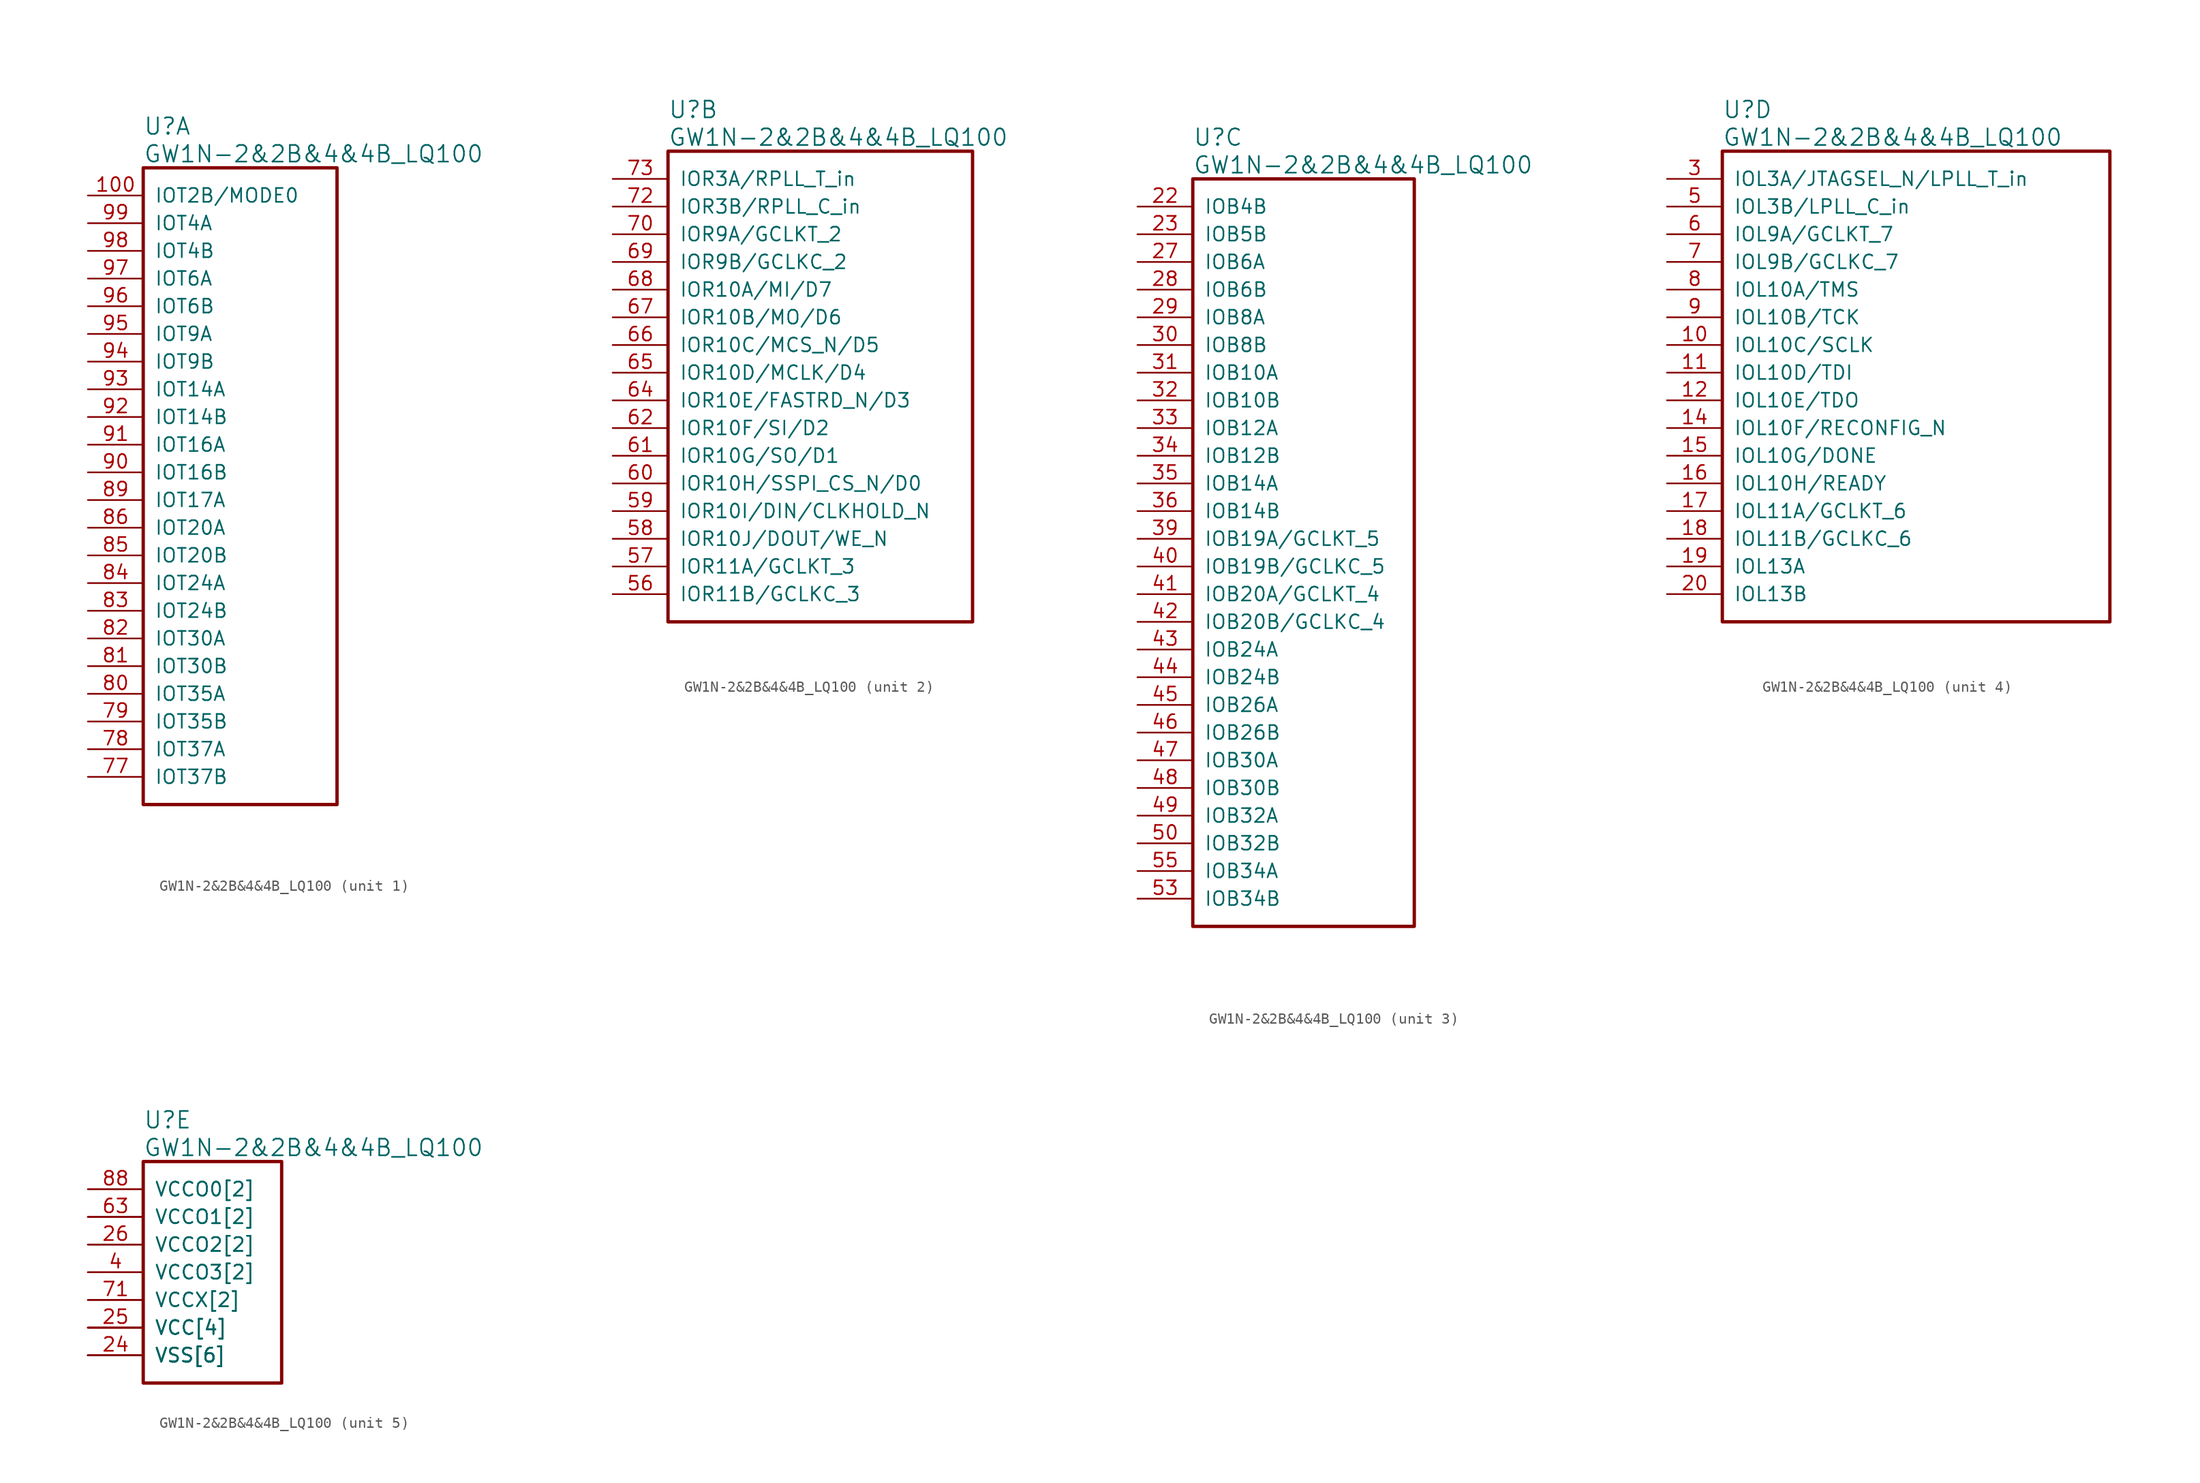
<source format=kicad_sym>
(kicad_symbol_lib
  (version 20241209)
  (generator "kicad_symbol_editor")
  (generator_version "9.0")
  (symbol "GW1N-2&2B&4&4B_LQ100"
    (pin_names
      (offset 1.016))
    (property "Reference" "U"
      (at 5.08 6.35 0)
      (effects (font (size 1.524 1.524)) (justify left)))
    (property "Value" "GW1N-2&2B&4&4B_LQ100"
      (at 5.08 3.81 0)
      (effects (font (size 1.524 1.524)) (justify left)))
    (property "ki_locked" ""
      (at 0 0 0)
      (effects (font (size 1.27 1.27))))
    (symbol "GW1N-2&2B&4&4B_LQ100_1_1"
      (rectangle (start 5.08 2.54) (end 22.86 -55.88) (stroke (width 0.305) (type solid)) (fill (type none)))
      (pin bidirectional line (at 0 0 0) (length 5.08) (name "IOT2B/MODE0" (effects (font (size 1.27 1.27)))) (number "100" (effects (font (size 1.27 1.27)))))
      (pin bidirectional line (at 0 -2.54 0) (length 5.08) (name "IOT4A" (effects (font (size 1.27 1.27)))) (number "99" (effects (font (size 1.27 1.27)))))
      (pin bidirectional line (at 0 -5.08 0) (length 5.08) (name "IOT4B" (effects (font (size 1.27 1.27)))) (number "98" (effects (font (size 1.27 1.27)))))
      (pin bidirectional line (at 0 -7.62 0) (length 5.08) (name "IOT6A" (effects (font (size 1.27 1.27)))) (number "97" (effects (font (size 1.27 1.27)))))
      (pin bidirectional line (at 0 -10.16 0) (length 5.08) (name "IOT6B" (effects (font (size 1.27 1.27)))) (number "96" (effects (font (size 1.27 1.27)))))
      (pin bidirectional line (at 0 -12.7 0) (length 5.08) (name "IOT9A" (effects (font (size 1.27 1.27)))) (number "95" (effects (font (size 1.27 1.27)))))
      (pin bidirectional line (at 0 -15.24 0) (length 5.08) (name "IOT9B" (effects (font (size 1.27 1.27)))) (number "94" (effects (font (size 1.27 1.27)))))
      (pin bidirectional line (at 0 -17.78 0) (length 5.08) (name "IOT14A" (effects (font (size 1.27 1.27)))) (number "93" (effects (font (size 1.27 1.27)))))
      (pin bidirectional line (at 0 -20.32 0) (length 5.08) (name "IOT14B" (effects (font (size 1.27 1.27)))) (number "92" (effects (font (size 1.27 1.27)))))
      (pin bidirectional line (at 0 -22.86 0) (length 5.08) (name "IOT16A" (effects (font (size 1.27 1.27)))) (number "91" (effects (font (size 1.27 1.27)))))
      (pin bidirectional line (at 0 -25.4 0) (length 5.08) (name "IOT16B" (effects (font (size 1.27 1.27)))) (number "90" (effects (font (size 1.27 1.27)))))
      (pin bidirectional line (at 0 -27.94 0) (length 5.08) (name "IOT17A" (effects (font (size 1.27 1.27)))) (number "89" (effects (font (size 1.27 1.27)))))
      (pin bidirectional line (at 0 -30.48 0) (length 5.08) (name "IOT20A" (effects (font (size 1.27 1.27)))) (number "86" (effects (font (size 1.27 1.27)))))
      (pin bidirectional line (at 0 -33.02 0) (length 5.08) (name "IOT20B" (effects (font (size 1.27 1.27)))) (number "85" (effects (font (size 1.27 1.27)))))
      (pin bidirectional line (at 0 -35.56 0) (length 5.08) (name "IOT24A" (effects (font (size 1.27 1.27)))) (number "84" (effects (font (size 1.27 1.27)))))
      (pin bidirectional line (at 0 -38.1 0) (length 5.08) (name "IOT24B" (effects (font (size 1.27 1.27)))) (number "83" (effects (font (size 1.27 1.27)))))
      (pin bidirectional line (at 0 -40.64 0) (length 5.08) (name "IOT30A" (effects (font (size 1.27 1.27)))) (number "82" (effects (font (size 1.27 1.27)))))
      (pin bidirectional line (at 0 -43.18 0) (length 5.08) (name "IOT30B" (effects (font (size 1.27 1.27)))) (number "81" (effects (font (size 1.27 1.27)))))
      (pin bidirectional line (at 0 -45.72 0) (length 5.08) (name "IOT35A" (effects (font (size 1.27 1.27)))) (number "80" (effects (font (size 1.27 1.27)))))
      (pin bidirectional line (at 0 -48.26 0) (length 5.08) (name "IOT35B" (effects (font (size 1.27 1.27)))) (number "79" (effects (font (size 1.27 1.27)))))
      (pin bidirectional line (at 0 -50.8 0) (length 5.08) (name "IOT37A" (effects (font (size 1.27 1.27)))) (number "78" (effects (font (size 1.27 1.27)))))
      (pin bidirectional line (at 0 -53.34 0) (length 5.08) (name "IOT37B" (effects (font (size 1.27 1.27)))) (number "77" (effects (font (size 1.27 1.27))))))
    (symbol "GW1N-2&2B&4&4B_LQ100_2_1"
      (rectangle (start 5.08 2.54) (end 33.02 -40.64) (stroke (width 0.305) (type solid)) (fill (type none)))
      (pin bidirectional line (at 0 0 0) (length 5.08) (name "IOR3A/RPLL_T_in" (effects (font (size 1.27 1.27)))) (number "73" (effects (font (size 1.27 1.27)))))
      (pin bidirectional line (at 0 -2.54 0) (length 5.08) (name "IOR3B/RPLL_C_in" (effects (font (size 1.27 1.27)))) (number "72" (effects (font (size 1.27 1.27)))))
      (pin bidirectional line (at 0 -5.08 0) (length 5.08) (name "IOR9A/GCLKT_2" (effects (font (size 1.27 1.27)))) (number "70" (effects (font (size 1.27 1.27)))))
      (pin bidirectional line (at 0 -7.62 0) (length 5.08) (name "IOR9B/GCLKC_2" (effects (font (size 1.27 1.27)))) (number "69" (effects (font (size 1.27 1.27)))))
      (pin bidirectional line (at 0 -10.16 0) (length 5.08) (name "IOR10A/MI/D7" (effects (font (size 1.27 1.27)))) (number "68" (effects (font (size 1.27 1.27)))))
      (pin bidirectional line (at 0 -12.7 0) (length 5.08) (name "IOR10B/MO/D6" (effects (font (size 1.27 1.27)))) (number "67" (effects (font (size 1.27 1.27)))))
      (pin bidirectional line (at 0 -15.24 0) (length 5.08) (name "IOR10C/MCS_N/D5" (effects (font (size 1.27 1.27)))) (number "66" (effects (font (size 1.27 1.27)))))
      (pin bidirectional line (at 0 -17.78 0) (length 5.08) (name "IOR10D/MCLK/D4" (effects (font (size 1.27 1.27)))) (number "65" (effects (font (size 1.27 1.27)))))
      (pin bidirectional line (at 0 -20.32 0) (length 5.08) (name "IOR10E/FASTRD_N/D3" (effects (font (size 1.27 1.27)))) (number "64" (effects (font (size 1.27 1.27)))))
      (pin bidirectional line (at 0 -22.86 0) (length 5.08) (name "IOR10F/SI/D2" (effects (font (size 1.27 1.27)))) (number "62" (effects (font (size 1.27 1.27)))))
      (pin bidirectional line (at 0 -25.4 0) (length 5.08) (name "IOR10G/SO/D1" (effects (font (size 1.27 1.27)))) (number "61" (effects (font (size 1.27 1.27)))))
      (pin bidirectional line (at 0 -27.94 0) (length 5.08) (name "IOR10H/SSPI_CS_N/D0" (effects (font (size 1.27 1.27)))) (number "60" (effects (font (size 1.27 1.27)))))
      (pin bidirectional line (at 0 -30.48 0) (length 5.08) (name "IOR10I/DIN/CLKHOLD_N" (effects (font (size 1.27 1.27)))) (number "59" (effects (font (size 1.27 1.27)))))
      (pin bidirectional line (at 0 -33.02 0) (length 5.08) (name "IOR10J/DOUT/WE_N" (effects (font (size 1.27 1.27)))) (number "58" (effects (font (size 1.27 1.27)))))
      (pin bidirectional line (at 0 -35.56 0) (length 5.08) (name "IOR11A/GCLKT_3" (effects (font (size 1.27 1.27)))) (number "57" (effects (font (size 1.27 1.27)))))
      (pin bidirectional line (at 0 -38.1 0) (length 5.08) (name "IOR11B/GCLKC_3" (effects (font (size 1.27 1.27)))) (number "56" (effects (font (size 1.27 1.27))))))
    (symbol "GW1N-2&2B&4&4B_LQ100_3_1"
      (rectangle (start 5.08 2.54) (end 25.4 -66.04) (stroke (width 0.305) (type solid)) (fill (type none)))
      (pin bidirectional line (at 0 0 0) (length 5.08) (name "IOB4B" (effects (font (size 1.27 1.27)))) (number "22" (effects (font (size 1.27 1.27)))))
      (pin bidirectional line (at 0 -2.54 0) (length 5.08) (name "IOB5B" (effects (font (size 1.27 1.27)))) (number "23" (effects (font (size 1.27 1.27)))))
      (pin bidirectional line (at 0 -5.08 0) (length 5.08) (name "IOB6A" (effects (font (size 1.27 1.27)))) (number "27" (effects (font (size 1.27 1.27)))))
      (pin bidirectional line (at 0 -7.62 0) (length 5.08) (name "IOB6B" (effects (font (size 1.27 1.27)))) (number "28" (effects (font (size 1.27 1.27)))))
      (pin bidirectional line (at 0 -10.16 0) (length 5.08) (name "IOB8A" (effects (font (size 1.27 1.27)))) (number "29" (effects (font (size 1.27 1.27)))))
      (pin bidirectional line (at 0 -12.7 0) (length 5.08) (name "IOB8B" (effects (font (size 1.27 1.27)))) (number "30" (effects (font (size 1.27 1.27)))))
      (pin bidirectional line (at 0 -15.24 0) (length 5.08) (name "IOB10A" (effects (font (size 1.27 1.27)))) (number "31" (effects (font (size 1.27 1.27)))))
      (pin bidirectional line (at 0 -17.78 0) (length 5.08) (name "IOB10B" (effects (font (size 1.27 1.27)))) (number "32" (effects (font (size 1.27 1.27)))))
      (pin bidirectional line (at 0 -20.32 0) (length 5.08) (name "IOB12A" (effects (font (size 1.27 1.27)))) (number "33" (effects (font (size 1.27 1.27)))))
      (pin bidirectional line (at 0 -22.86 0) (length 5.08) (name "IOB12B" (effects (font (size 1.27 1.27)))) (number "34" (effects (font (size 1.27 1.27)))))
      (pin bidirectional line (at 0 -25.4 0) (length 5.08) (name "IOB14A" (effects (font (size 1.27 1.27)))) (number "35" (effects (font (size 1.27 1.27)))))
      (pin bidirectional line (at 0 -27.94 0) (length 5.08) (name "IOB14B" (effects (font (size 1.27 1.27)))) (number "36" (effects (font (size 1.27 1.27)))))
      (pin bidirectional line (at 0 -30.48 0) (length 5.08) (name "IOB19A/GCLKT_5" (effects (font (size 1.27 1.27)))) (number "39" (effects (font (size 1.27 1.27)))))
      (pin bidirectional line (at 0 -33.02 0) (length 5.08) (name "IOB19B/GCLKC_5" (effects (font (size 1.27 1.27)))) (number "40" (effects (font (size 1.27 1.27)))))
      (pin bidirectional line (at 0 -35.56 0) (length 5.08) (name "IOB20A/GCLKT_4" (effects (font (size 1.27 1.27)))) (number "41" (effects (font (size 1.27 1.27)))))
      (pin bidirectional line (at 0 -38.1 0) (length 5.08) (name "IOB20B/GCLKC_4" (effects (font (size 1.27 1.27)))) (number "42" (effects (font (size 1.27 1.27)))))
      (pin bidirectional line (at 0 -40.64 0) (length 5.08) (name "IOB24A" (effects (font (size 1.27 1.27)))) (number "43" (effects (font (size 1.27 1.27)))))
      (pin bidirectional line (at 0 -43.18 0) (length 5.08) (name "IOB24B" (effects (font (size 1.27 1.27)))) (number "44" (effects (font (size 1.27 1.27)))))
      (pin bidirectional line (at 0 -45.72 0) (length 5.08) (name "IOB26A" (effects (font (size 1.27 1.27)))) (number "45" (effects (font (size 1.27 1.27)))))
      (pin bidirectional line (at 0 -48.26 0) (length 5.08) (name "IOB26B" (effects (font (size 1.27 1.27)))) (number "46" (effects (font (size 1.27 1.27)))))
      (pin bidirectional line (at 0 -50.8 0) (length 5.08) (name "IOB30A" (effects (font (size 1.27 1.27)))) (number "47" (effects (font (size 1.27 1.27)))))
      (pin bidirectional line (at 0 -53.34 0) (length 5.08) (name "IOB30B" (effects (font (size 1.27 1.27)))) (number "48" (effects (font (size 1.27 1.27)))))
      (pin bidirectional line (at 0 -55.88 0) (length 5.08) (name "IOB32A" (effects (font (size 1.27 1.27)))) (number "49" (effects (font (size 1.27 1.27)))))
      (pin bidirectional line (at 0 -58.42 0) (length 5.08) (name "IOB32B" (effects (font (size 1.27 1.27)))) (number "50" (effects (font (size 1.27 1.27)))))
      (pin bidirectional line (at 0 -60.96 0) (length 5.08) (name "IOB34A" (effects (font (size 1.27 1.27)))) (number "55" (effects (font (size 1.27 1.27)))))
      (pin bidirectional line (at 0 -63.5 0) (length 5.08) (name "IOB34B" (effects (font (size 1.27 1.27)))) (number "53" (effects (font (size 1.27 1.27))))))
    (symbol "GW1N-2&2B&4&4B_LQ100_4_1"
      (rectangle (start 5.08 2.54) (end 40.64 -40.64) (stroke (width 0.305) (type solid)) (fill (type none)))
      (pin bidirectional line (at 0 0 0) (length 5.08) (name "IOL3A/JTAGSEL_N/LPLL_T_in" (effects (font (size 1.27 1.27)))) (number "3" (effects (font (size 1.27 1.27)))))
      (pin bidirectional line (at 0 -2.54 0) (length 5.08) (name "IOL3B/LPLL_C_in" (effects (font (size 1.27 1.27)))) (number "5" (effects (font (size 1.27 1.27)))))
      (pin bidirectional line (at 0 -5.08 0) (length 5.08) (name "IOL9A/GCLKT_7" (effects (font (size 1.27 1.27)))) (number "6" (effects (font (size 1.27 1.27)))))
      (pin bidirectional line (at 0 -7.62 0) (length 5.08) (name "IOL9B/GCLKC_7" (effects (font (size 1.27 1.27)))) (number "7" (effects (font (size 1.27 1.27)))))
      (pin bidirectional line (at 0 -10.16 0) (length 5.08) (name "IOL10A/TMS" (effects (font (size 1.27 1.27)))) (number "8" (effects (font (size 1.27 1.27)))))
      (pin bidirectional line (at 0 -12.7 0) (length 5.08) (name "IOL10B/TCK" (effects (font (size 1.27 1.27)))) (number "9" (effects (font (size 1.27 1.27)))))
      (pin bidirectional line (at 0 -15.24 0) (length 5.08) (name "IOL10C/SCLK" (effects (font (size 1.27 1.27)))) (number "10" (effects (font (size 1.27 1.27)))))
      (pin bidirectional line (at 0 -17.78 0) (length 5.08) (name "IOL10D/TDI" (effects (font (size 1.27 1.27)))) (number "11" (effects (font (size 1.27 1.27)))))
      (pin bidirectional line (at 0 -20.32 0) (length 5.08) (name "IOL10E/TDO" (effects (font (size 1.27 1.27)))) (number "12" (effects (font (size 1.27 1.27)))))
      (pin bidirectional line (at 0 -22.86 0) (length 5.08) (name "IOL10F/RECONFIG_N" (effects (font (size 1.27 1.27)))) (number "14" (effects (font (size 1.27 1.27)))))
      (pin bidirectional line (at 0 -25.4 0) (length 5.08) (name "IOL10G/DONE" (effects (font (size 1.27 1.27)))) (number "15" (effects (font (size 1.27 1.27)))))
      (pin bidirectional line (at 0 -27.94 0) (length 5.08) (name "IOL10H/READY" (effects (font (size 1.27 1.27)))) (number "16" (effects (font (size 1.27 1.27)))))
      (pin bidirectional line (at 0 -30.48 0) (length 5.08) (name "IOL11A/GCLKT_6" (effects (font (size 1.27 1.27)))) (number "17" (effects (font (size 1.27 1.27)))))
      (pin bidirectional line (at 0 -33.02 0) (length 5.08) (name "IOL11B/GCLKC_6" (effects (font (size 1.27 1.27)))) (number "18" (effects (font (size 1.27 1.27)))))
      (pin bidirectional line (at 0 -35.56 0) (length 5.08) (name "IOL13A" (effects (font (size 1.27 1.27)))) (number "19" (effects (font (size 1.27 1.27)))))
      (pin bidirectional line (at 0 -38.1 0) (length 5.08) (name "IOL13B" (effects (font (size 1.27 1.27)))) (number "20" (effects (font (size 1.27 1.27))))))
    (symbol "GW1N-2&2B&4&4B_LQ100_5_1"
      (rectangle (start 5.08 2.54) (end 17.78 -17.78) (stroke (width 0.305) (type solid)) (fill (type none)))
      (pin power_in line (at 0 0 0) (length 5.08) (name "VCCO0[2]" (effects (font (size 1.27 1.27)))) (number "76" (effects (font (size 0 0)))))
      (pin power_in line (at 0 0 0) (length 5.08) (name "VCCO0[2]" (effects (font (size 1.27 1.27)))) (number "88" (effects (font (size 1.27 1.27)))))
      (pin power_in line (at 0 -2.54 0) (length 5.08) (name "VCCO1[2]" (effects (font (size 1.27 1.27)))) (number "54" (effects (font (size 0 0)))))
      (pin power_in line (at 0 -2.54 0) (length 5.08) (name "VCCO1[2]" (effects (font (size 1.27 1.27)))) (number "63" (effects (font (size 1.27 1.27)))))
      (pin power_in line (at 0 -5.08 0) (length 5.08) (name "VCCO2[2]" (effects (font (size 1.27 1.27)))) (number "26" (effects (font (size 1.27 1.27)))))
      (pin power_in line (at 0 -5.08 0) (length 5.08) (name "VCCO2[2]" (effects (font (size 1.27 1.27)))) (number "38" (effects (font (size 0 0)))))
      (pin power_in line (at 0 -7.62 0) (length 5.08) (name "VCCO3[2]" (effects (font (size 1.27 1.27)))) (number "13" (effects (font (size 0 0)))))
      (pin power_in line (at 0 -7.62 0) (length 5.08) (name "VCCO3[2]" (effects (font (size 1.27 1.27)))) (number "4" (effects (font (size 1.27 1.27)))))
      (pin power_in line (at 0 -10.16 0) (length 5.08) (name "VCCX[2]" (effects (font (size 1.27 1.27)))) (number "21" (effects (font (size 0 0)))))
      (pin power_in line (at 0 -10.16 0) (length 5.08) (name "VCCX[2]" (effects (font (size 1.27 1.27)))) (number "71" (effects (font (size 1.27 1.27)))))
      (pin power_in line (at 0 -12.7 0) (length 5.08) (name "VCC[4]" (effects (font (size 1.27 1.27)))) (number "1" (effects (font (size 0 0)))))
      (pin power_in line (at 0 -12.7 0) (length 5.08) (name "VCC[4]" (effects (font (size 1.27 1.27)))) (number "25" (effects (font (size 1.27 1.27)))))
      (pin power_in line (at 0 -12.7 0) (length 5.08) (name "VCC[4]" (effects (font (size 1.27 1.27)))) (number "51" (effects (font (size 0 0)))))
      (pin power_in line (at 0 -12.7 0) (length 5.08) (name "VCC[4]" (effects (font (size 1.27 1.27)))) (number "75" (effects (font (size 0 0)))))
      (pin power_in line (at 0 -15.24 0) (length 5.08) (name "VSS[6]" (effects (font (size 1.27 1.27)))) (number "2" (effects (font (size 0 0)))))
      (pin power_in line (at 0 -15.24 0) (length 5.08) (name "VSS[6]" (effects (font (size 1.27 1.27)))) (number "24" (effects (font (size 1.27 1.27)))))
      (pin power_in line (at 0 -15.24 0) (length 5.08) (name "VSS[6]" (effects (font (size 1.27 1.27)))) (number "37" (effects (font (size 0 0)))))
      (pin power_in line (at 0 -15.24 0) (length 5.08) (name "VSS[6]" (effects (font (size 1.27 1.27)))) (number "52" (effects (font (size 0 0)))))
      (pin power_in line (at 0 -15.24 0) (length 5.08) (name "VSS[6]" (effects (font (size 1.27 1.27)))) (number "74" (effects (font (size 0 0)))))
      (pin power_in line (at 0 -15.24 0) (length 5.08) (name "VSS[6]" (effects (font (size 1.27 1.27)))) (number "87" (effects (font (size 0 0))))))))
</source>
